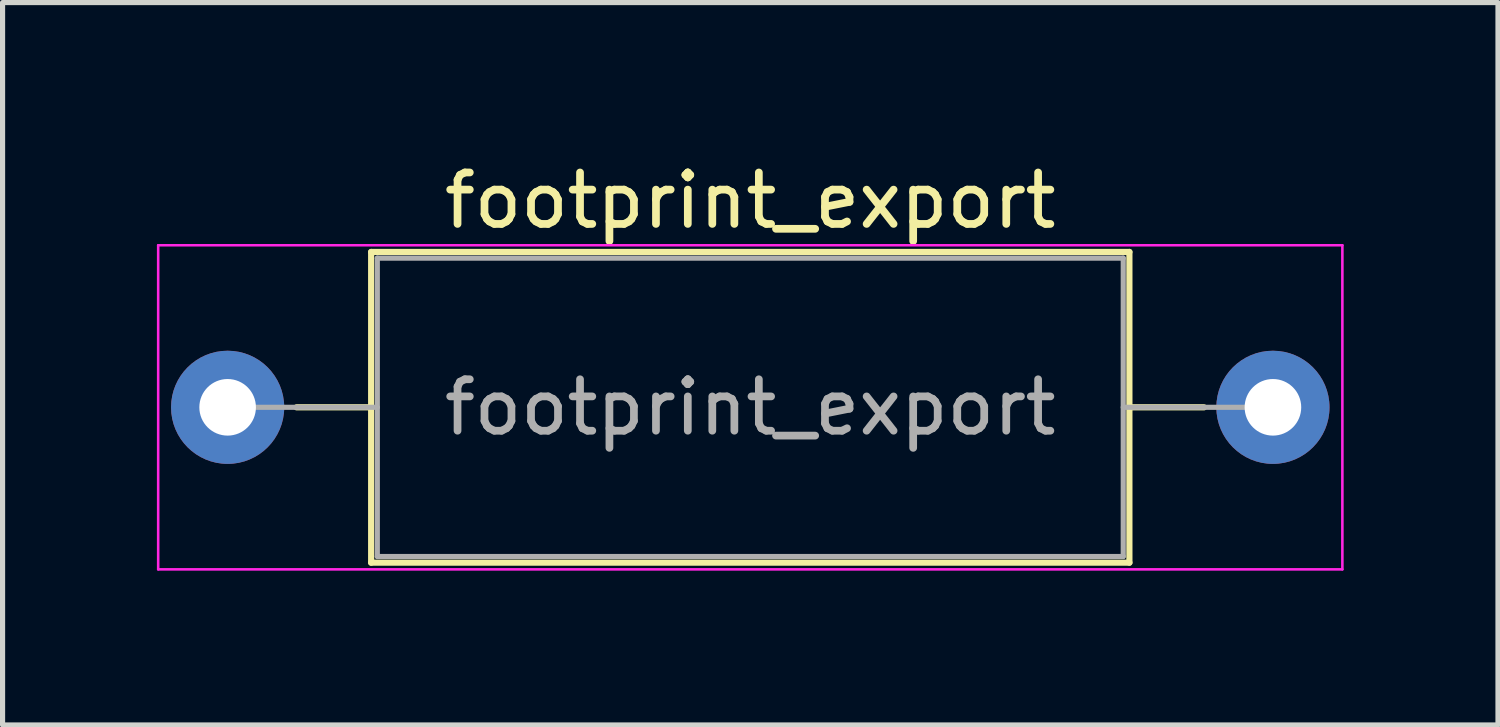
<source format=kicad_pcb>
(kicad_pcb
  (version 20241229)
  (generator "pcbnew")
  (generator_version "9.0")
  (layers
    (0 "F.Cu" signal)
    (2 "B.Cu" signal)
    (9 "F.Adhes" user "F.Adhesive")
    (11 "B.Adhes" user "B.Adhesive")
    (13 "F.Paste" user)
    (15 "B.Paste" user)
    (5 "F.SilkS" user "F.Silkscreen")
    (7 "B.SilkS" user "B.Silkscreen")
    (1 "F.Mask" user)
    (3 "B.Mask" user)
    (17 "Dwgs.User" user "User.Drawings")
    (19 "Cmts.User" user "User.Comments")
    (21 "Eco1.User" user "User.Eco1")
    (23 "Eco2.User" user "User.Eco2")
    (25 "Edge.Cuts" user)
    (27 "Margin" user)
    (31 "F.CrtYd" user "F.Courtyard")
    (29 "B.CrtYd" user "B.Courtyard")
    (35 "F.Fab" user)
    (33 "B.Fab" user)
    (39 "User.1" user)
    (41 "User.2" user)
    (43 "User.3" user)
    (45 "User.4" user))
  (footprint "footprint_export"
    (layer "F.Cu")
    (at 1.375 4.868)
    (property "Reference" "footprint_export" (at 10.16 -4.02 0) (layer "F.SilkS") (effects (font (size 1 1) (thickness 0.15))))
    (attr through_hole)
    (fp_line (start 1.34 0) (end 2.79 0) (stroke (width 0.12) (type solid)) (layer "F.SilkS"))
    (fp_line (start 2.79 -3.02) (end 2.79 3.02) (stroke (width 0.12) (type solid)) (layer "F.SilkS"))
    (fp_line (start 2.79 3.02) (end 17.53 3.02) (stroke (width 0.12) (type solid)) (layer "F.SilkS"))
    (fp_line (start 17.53 -3.02) (end 2.79 -3.02) (stroke (width 0.12) (type solid)) (layer "F.SilkS"))
    (fp_line (start 17.53 3.02) (end 17.53 -3.02) (stroke (width 0.12) (type solid)) (layer "F.SilkS"))
    (fp_line (start 18.98 0) (end 17.53 0) (stroke (width 0.12) (type solid)) (layer "F.SilkS"))
    (fp_line (start -1.35 -3.15) (end -1.35 3.15) (stroke (width 0.05) (type solid)) (layer "F.CrtYd"))
    (fp_line (start -1.35 3.15) (end 21.67 3.15) (stroke (width 0.05) (type solid)) (layer "F.CrtYd"))
    (fp_line (start 21.67 -3.15) (end -1.35 -3.15) (stroke (width 0.05) (type solid)) (layer "F.CrtYd"))
    (fp_line (start 21.67 3.15) (end 21.67 -3.15) (stroke (width 0.05) (type solid)) (layer "F.CrtYd"))
    (fp_line (start 0 0) (end 2.91 0) (stroke (width 0.1) (type solid)) (layer "F.Fab"))
    (fp_line (start 2.91 -2.9) (end 2.91 2.9) (stroke (width 0.1) (type solid)) (layer "F.Fab"))
    (fp_line (start 2.91 2.9) (end 17.41 2.9) (stroke (width 0.1) (type solid)) (layer "F.Fab"))
    (fp_line (start 17.41 -2.9) (end 2.91 -2.9) (stroke (width 0.1) (type solid)) (layer "F.Fab"))
    (fp_line (start 17.41 2.9) (end 17.41 -2.9) (stroke (width 0.1) (type solid)) (layer "F.Fab"))
    (fp_line (start 20.32 0) (end 17.41 0) (stroke (width 0.1) (type solid)) (layer "F.Fab"))
    (fp_text user "${REFERENCE}" (at 10.16 0 0) (layer "F.Fab") (effects (font (size 1 1) (thickness 0.15))))
    (pad "1" thru_hole circle (at 0 0) (size 2.2 2.2) (drill 1.1) (layers "*.Cu" "*.Mask"))
    (pad "2" thru_hole oval (at 20.32 0) (size 2.2 2.2) (drill 1.1) (layers "*.Cu" "*.Mask")))
  (gr_rect
    (start -3 -3)
    (end 26.07 11.043)
    (stroke (width 0.1) (type default))
    (fill no)
    (layer "Edge.Cuts")))
</source>
